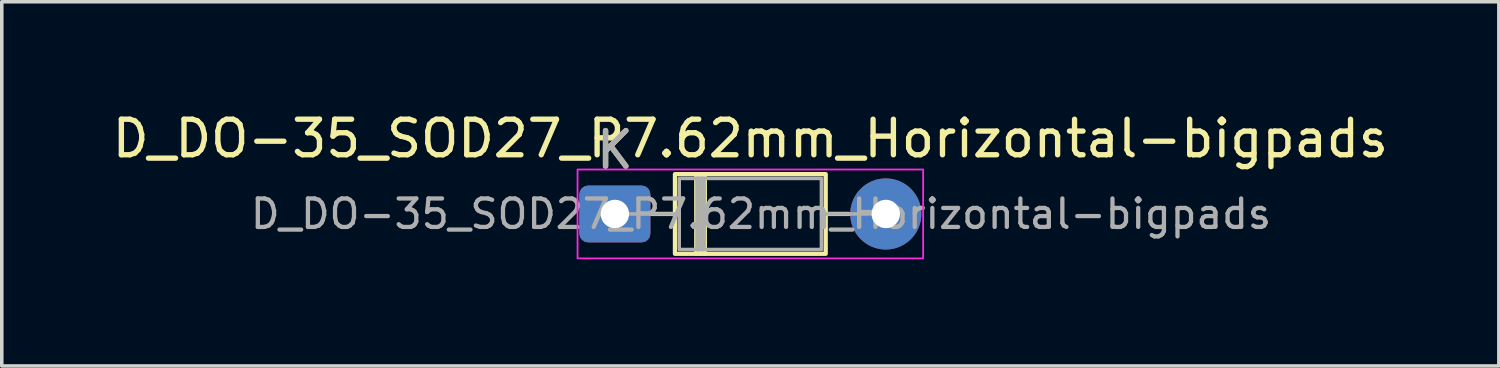
<source format=kicad_pcb>
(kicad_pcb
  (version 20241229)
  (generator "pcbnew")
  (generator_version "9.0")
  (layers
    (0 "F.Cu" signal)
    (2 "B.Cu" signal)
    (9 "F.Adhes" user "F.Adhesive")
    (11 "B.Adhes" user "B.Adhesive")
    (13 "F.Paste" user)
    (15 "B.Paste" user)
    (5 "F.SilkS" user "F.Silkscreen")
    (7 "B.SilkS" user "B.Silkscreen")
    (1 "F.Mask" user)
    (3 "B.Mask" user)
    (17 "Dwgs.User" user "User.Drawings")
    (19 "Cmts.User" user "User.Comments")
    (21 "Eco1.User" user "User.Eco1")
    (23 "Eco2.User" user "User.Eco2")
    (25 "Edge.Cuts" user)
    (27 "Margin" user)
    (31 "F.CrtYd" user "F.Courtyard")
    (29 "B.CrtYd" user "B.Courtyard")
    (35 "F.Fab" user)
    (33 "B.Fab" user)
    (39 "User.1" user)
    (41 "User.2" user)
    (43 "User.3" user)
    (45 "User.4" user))
  (footprint "D_DO-35_SOD27_P7.62mm_Horizontal-bigpads"
    (layer "F.Cu")
    (at 14.244 2.968)
    (property "Reference" "D_DO-35_SOD27_P7.62mm_Horizontal-bigpads" (at 3.81 -2.12 0) (layer "F.SilkS") (effects (font (size 1 1) (thickness 0.15))))
    (attr through_hole)
    (fp_line (start 1.04 0) (end 1.69 0) (stroke (width 0.12) (type solid)) (layer "F.SilkS"))
    (fp_line (start 2.29 -1.12) (end 2.29 1.12) (stroke (width 0.12) (type solid)) (layer "F.SilkS"))
    (fp_line (start 2.41 -1.12) (end 2.41 1.12) (stroke (width 0.12) (type solid)) (layer "F.SilkS"))
    (fp_line (start 2.53 -1.12) (end 2.53 1.12) (stroke (width 0.12) (type solid)) (layer "F.SilkS"))
    (fp_line (start 6.58 0) (end 5.93 0) (stroke (width 0.12) (type solid)) (layer "F.SilkS"))
    (fp_rect (start 1.69 -1.12) (end 5.93 1.12) (stroke (width 0.12) (type solid)) (fill no) (layer "F.SilkS"))
    (fp_rect (start -1.05 -1.25) (end 8.67 1.25) (stroke (width 0.05) (type solid)) (fill no) (layer "F.CrtYd"))
    (fp_line (start 0 0) (end 1.81 0) (stroke (width 0.1) (type solid)) (layer "F.Fab"))
    (fp_line (start 2.31 -1) (end 2.31 1) (stroke (width 0.1) (type solid)) (layer "F.Fab"))
    (fp_line (start 2.41 -1) (end 2.41 1) (stroke (width 0.1) (type solid)) (layer "F.Fab"))
    (fp_line (start 2.51 -1) (end 2.51 1) (stroke (width 0.1) (type solid)) (layer "F.Fab"))
    (fp_line (start 7.62 0) (end 5.81 0) (stroke (width 0.1) (type solid)) (layer "F.Fab"))
    (fp_rect (start 1.81 -1) (end 5.81 1) (stroke (width 0.1) (type solid)) (fill no) (layer "F.Fab"))
    (fp_text user "K" (at 0 -1.8 0) (layer "F.SilkS") (effects (font (size 1 1) (thickness 0.15))))
    (fp_text user "${REFERENCE}" (at 4.11 0 0) (layer "F.Fab") (effects (font (size 0.8 0.8) (thickness 0.12))))
    (fp_text user "K" (at 0 -1.8 0) (layer "F.Fab") (effects (font (size 1 1) (thickness 0.15))))
    (pad "1" thru_hole roundrect (at 0 0) (size 2 1.6) (drill 0.8) (layers "*.Cu" "*.Mask") (roundrect_rratio 0.156))
    (pad "2" thru_hole circle (at 7.62 0) (size 2 2) (drill 0.8) (layers "*.Cu" "*.Mask")))
  (gr_rect
    (start -3 -3)
    (end 39.107 7.243)
    (stroke (width 0.1) (type default))
    (fill no)
    (layer "Edge.Cuts")))
</source>
